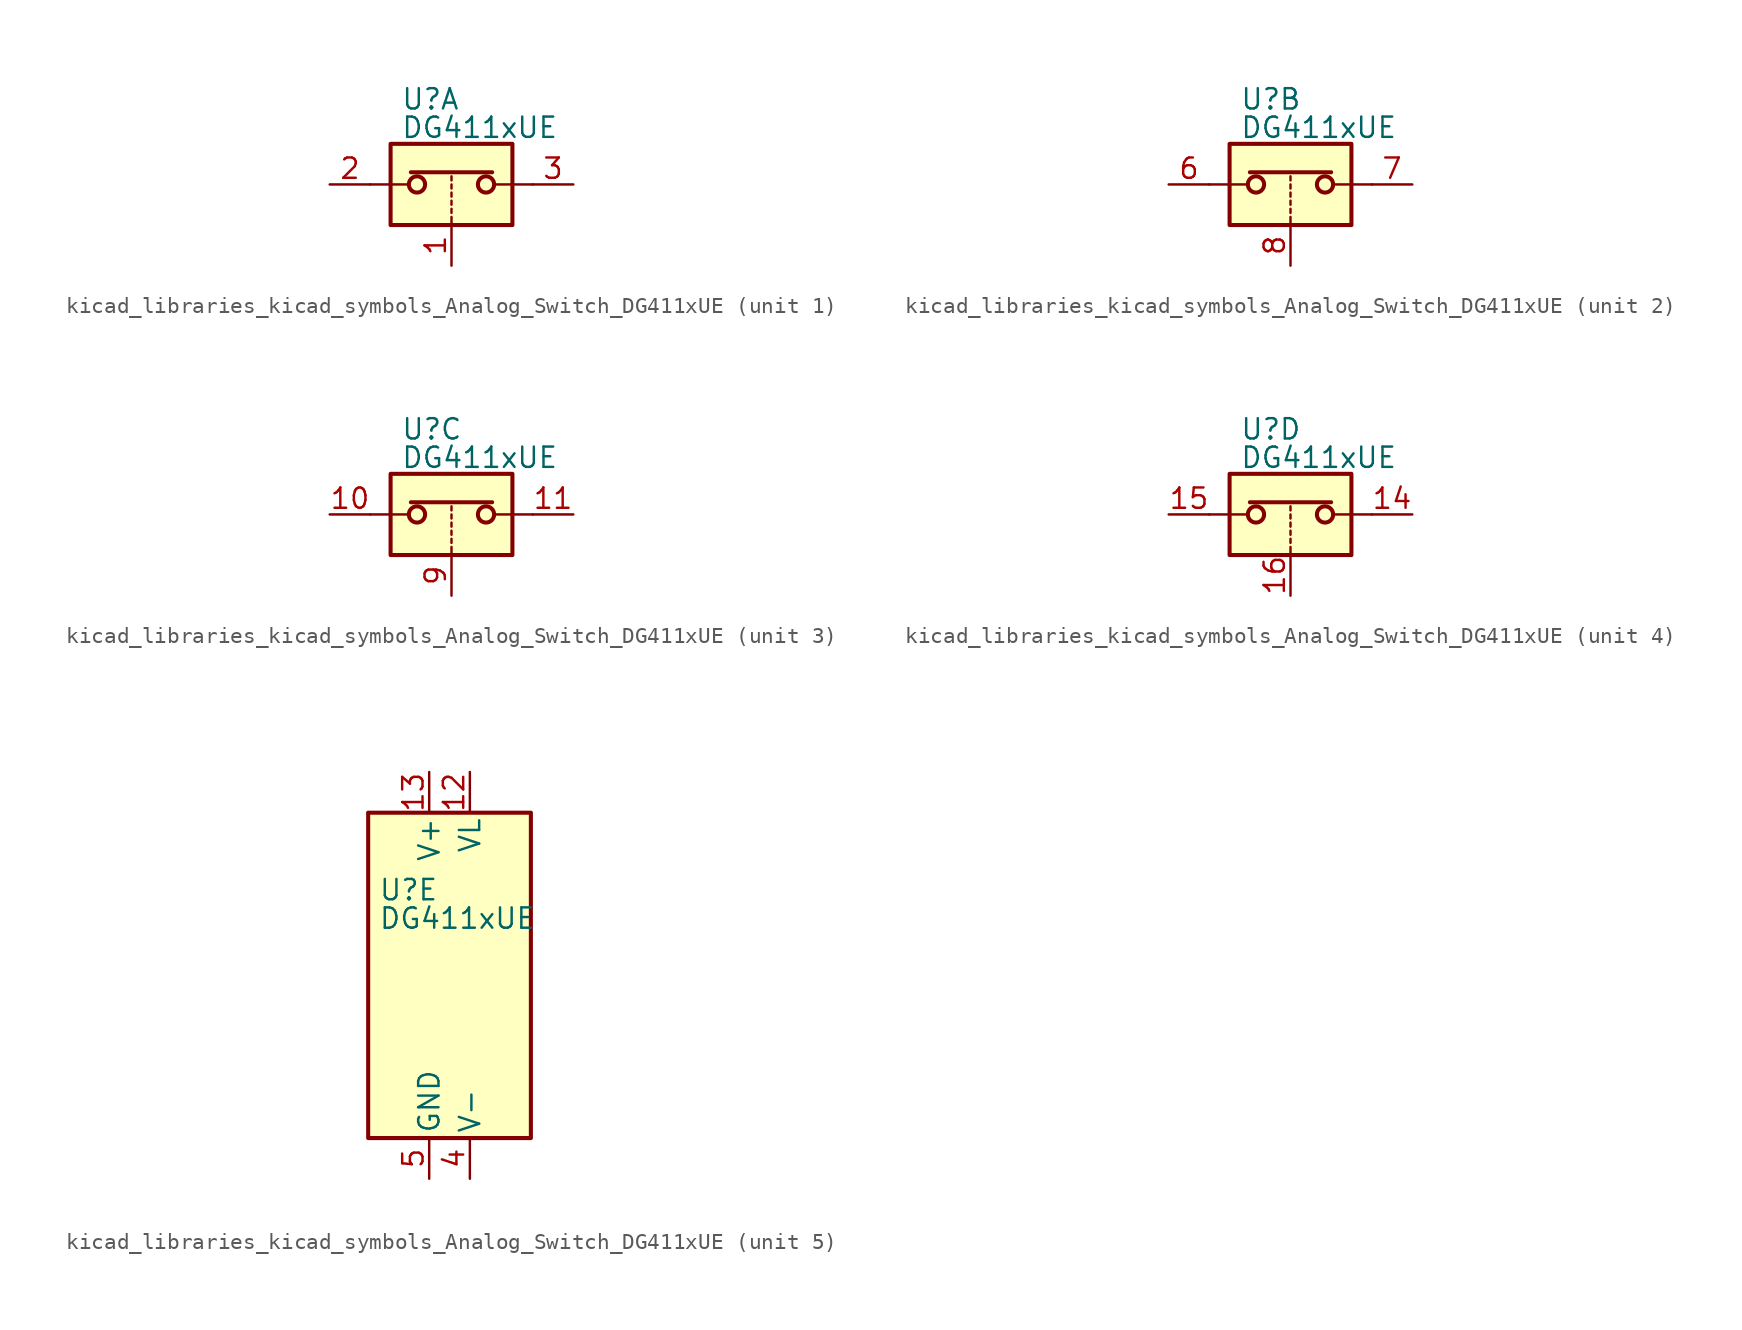
<source format=kicad_sym>
(kicad_symbol_lib
  (version 20220914)
  (generator kicad_symbol_editor)
  (symbol "kicad_libraries_kicad_symbols_Analog_Switch_DG411xUE"
    (pin_names
      (offset 0.254))
    (property "Reference" "U"
      (at -3.175 5.334 0)
      (effects (font (size 1.27 1.27)) (justify left)))
    (property "Value" "DG411xUE"
      (at -3.175 3.556 0)
      (effects (font (size 1.27 1.27)) (justify left)))
    (symbol "kicad_libraries_kicad_symbols_Analog_Switch_DG411xUE_1_1"
      (rectangle (start -3.81 2.54) (end 3.81 -2.54) (stroke (width 0.254) (type default)) (fill (type background)))
      (circle (center -2.159 0) (radius 0.508) (stroke (width 0.254) (type default)) (fill (type none)))
      (polyline (pts (xy -5.08 0) (xy -2.794 0)) (stroke (width 0) (type default)) (fill (type none)))
      (polyline (pts (xy -2.54 0.762) (xy 2.54 0.762)) (stroke (width 0.254) (type default)) (fill (type none)))
      (polyline (pts (xy 0 -2.54) (xy 0 -2.032)) (stroke (width 0) (type default)) (fill (type none)))
      (polyline (pts (xy 0 -1.778) (xy 0 -1.524)) (stroke (width 0) (type default)) (fill (type none)))
      (polyline (pts (xy 0 -1.27) (xy 0 -1.016)) (stroke (width 0) (type default)) (fill (type none)))
      (polyline (pts (xy 0 -0.762) (xy 0 -0.508)) (stroke (width 0) (type default)) (fill (type none)))
      (polyline (pts (xy 0 -0.254) (xy 0 0)) (stroke (width 0) (type default)) (fill (type none)))
      (polyline (pts (xy 0 0.254) (xy 0 0.508)) (stroke (width 0) (type default)) (fill (type none)))
      (polyline (pts (xy 5.08 0) (xy 2.794 0)) (stroke (width 0) (type default)) (fill (type none)))
      (circle (center 2.159 0) (radius 0.508) (stroke (width 0.254) (type default)) (fill (type none)))
      (pin input line (at 0 -5.08 90) (length 2.54) (name "~" (effects (font (size 1.27 1.27)))) (number "1" (effects (font (size 1.27 1.27)))))
      (pin passive line (at -7.62 0 0) (length 2.54) (name "~" (effects (font (size 1.27 1.27)))) (number "2" (effects (font (size 1.27 1.27)))))
      (pin passive line (at 7.62 0 180) (length 2.54) (name "~" (effects (font (size 1.27 1.27)))) (number "3" (effects (font (size 1.27 1.27))))))
    (symbol "kicad_libraries_kicad_symbols_Analog_Switch_DG411xUE_2_1"
      (rectangle (start -3.81 2.54) (end 3.81 -2.54) (stroke (width 0.254) (type default)) (fill (type background)))
      (circle (center -2.159 0) (radius 0.508) (stroke (width 0.254) (type default)) (fill (type none)))
      (polyline (pts (xy -5.08 0) (xy -2.794 0)) (stroke (width 0) (type default)) (fill (type none)))
      (polyline (pts (xy -2.54 0.762) (xy 2.54 0.762)) (stroke (width 0.254) (type default)) (fill (type none)))
      (polyline (pts (xy 0 -2.54) (xy 0 -2.032)) (stroke (width 0) (type default)) (fill (type none)))
      (polyline (pts (xy 0 -1.778) (xy 0 -1.524)) (stroke (width 0) (type default)) (fill (type none)))
      (polyline (pts (xy 0 -1.27) (xy 0 -1.016)) (stroke (width 0) (type default)) (fill (type none)))
      (polyline (pts (xy 0 -0.762) (xy 0 -0.508)) (stroke (width 0) (type default)) (fill (type none)))
      (polyline (pts (xy 0 -0.254) (xy 0 0)) (stroke (width 0) (type default)) (fill (type none)))
      (polyline (pts (xy 0 0.254) (xy 0 0.508)) (stroke (width 0) (type default)) (fill (type none)))
      (polyline (pts (xy 5.08 0) (xy 2.794 0)) (stroke (width 0) (type default)) (fill (type none)))
      (circle (center 2.159 0) (radius 0.508) (stroke (width 0.254) (type default)) (fill (type none)))
      (pin passive line (at -7.62 0 0) (length 2.54) (name "~" (effects (font (size 1.27 1.27)))) (number "6" (effects (font (size 1.27 1.27)))))
      (pin passive line (at 7.62 0 180) (length 2.54) (name "~" (effects (font (size 1.27 1.27)))) (number "7" (effects (font (size 1.27 1.27)))))
      (pin input line (at 0 -5.08 90) (length 2.54) (name "~" (effects (font (size 1.27 1.27)))) (number "8" (effects (font (size 1.27 1.27))))))
    (symbol "kicad_libraries_kicad_symbols_Analog_Switch_DG411xUE_3_1"
      (rectangle (start -3.81 2.54) (end 3.81 -2.54) (stroke (width 0.254) (type default)) (fill (type background)))
      (circle (center -2.159 0) (radius 0.508) (stroke (width 0.254) (type default)) (fill (type none)))
      (polyline (pts (xy -5.08 0) (xy -2.794 0)) (stroke (width 0) (type default)) (fill (type none)))
      (polyline (pts (xy -2.54 0.762) (xy 2.54 0.762)) (stroke (width 0.254) (type default)) (fill (type none)))
      (polyline (pts (xy 0 -2.54) (xy 0 -2.032)) (stroke (width 0) (type default)) (fill (type none)))
      (polyline (pts (xy 0 -1.778) (xy 0 -1.524)) (stroke (width 0) (type default)) (fill (type none)))
      (polyline (pts (xy 0 -1.27) (xy 0 -1.016)) (stroke (width 0) (type default)) (fill (type none)))
      (polyline (pts (xy 0 -0.762) (xy 0 -0.508)) (stroke (width 0) (type default)) (fill (type none)))
      (polyline (pts (xy 0 -0.254) (xy 0 0)) (stroke (width 0) (type default)) (fill (type none)))
      (polyline (pts (xy 0 0.254) (xy 0 0.508)) (stroke (width 0) (type default)) (fill (type none)))
      (polyline (pts (xy 5.08 0) (xy 2.794 0)) (stroke (width 0) (type default)) (fill (type none)))
      (circle (center 2.159 0) (radius 0.508) (stroke (width 0.254) (type default)) (fill (type none)))
      (pin passive line (at -7.62 0 0) (length 2.54) (name "~" (effects (font (size 1.27 1.27)))) (number "10" (effects (font (size 1.27 1.27)))))
      (pin passive line (at 7.62 0 180) (length 2.54) (name "~" (effects (font (size 1.27 1.27)))) (number "11" (effects (font (size 1.27 1.27)))))
      (pin input line (at 0 -5.08 90) (length 2.54) (name "~" (effects (font (size 1.27 1.27)))) (number "9" (effects (font (size 1.27 1.27))))))
    (symbol "kicad_libraries_kicad_symbols_Analog_Switch_DG411xUE_4_1"
      (rectangle (start -3.81 2.54) (end 3.81 -2.54) (stroke (width 0.254) (type default)) (fill (type background)))
      (circle (center -2.159 0) (radius 0.508) (stroke (width 0.254) (type default)) (fill (type none)))
      (polyline (pts (xy -5.08 0) (xy -2.794 0)) (stroke (width 0) (type default)) (fill (type none)))
      (polyline (pts (xy -2.54 0.762) (xy 2.54 0.762)) (stroke (width 0.254) (type default)) (fill (type none)))
      (polyline (pts (xy 0 -2.54) (xy 0 -2.032)) (stroke (width 0) (type default)) (fill (type none)))
      (polyline (pts (xy 0 -1.778) (xy 0 -1.524)) (stroke (width 0) (type default)) (fill (type none)))
      (polyline (pts (xy 0 -1.27) (xy 0 -1.016)) (stroke (width 0) (type default)) (fill (type none)))
      (polyline (pts (xy 0 -0.762) (xy 0 -0.508)) (stroke (width 0) (type default)) (fill (type none)))
      (polyline (pts (xy 0 -0.254) (xy 0 0)) (stroke (width 0) (type default)) (fill (type none)))
      (polyline (pts (xy 0 0.254) (xy 0 0.508)) (stroke (width 0) (type default)) (fill (type none)))
      (polyline (pts (xy 5.08 0) (xy 2.794 0)) (stroke (width 0) (type default)) (fill (type none)))
      (circle (center 2.159 0) (radius 0.508) (stroke (width 0.254) (type default)) (fill (type none)))
      (pin passive line (at 7.62 0 180) (length 2.54) (name "~" (effects (font (size 1.27 1.27)))) (number "14" (effects (font (size 1.27 1.27)))))
      (pin passive line (at -7.62 0 0) (length 2.54) (name "~" (effects (font (size 1.27 1.27)))) (number "15" (effects (font (size 1.27 1.27)))))
      (pin input line (at 0 -5.08 90) (length 2.54) (name "~" (effects (font (size 1.27 1.27)))) (number "16" (effects (font (size 1.27 1.27))))))
    (symbol "kicad_libraries_kicad_symbols_Analog_Switch_DG411xUE_5_0"
      (pin power_in line (at 2.54 12.7 270) (length 2.54) (name "VL" (effects (font (size 1.27 1.27)))) (number "12" (effects (font (size 1.27 1.27)))))
      (pin power_in line (at 0 12.7 270) (length 2.54) (name "V+" (effects (font (size 1.27 1.27)))) (number "13" (effects (font (size 1.27 1.27)))))
      (pin power_in line (at 2.54 -12.7 90) (length 2.54) (name "V-" (effects (font (size 1.27 1.27)))) (number "4" (effects (font (size 1.27 1.27)))))
      (pin power_in line (at 0 -12.7 90) (length 2.54) (name "GND" (effects (font (size 1.27 1.27)))) (number "5" (effects (font (size 1.27 1.27))))))
    (symbol "kicad_libraries_kicad_symbols_Analog_Switch_DG411xUE_5_1"
      (rectangle (start -3.81 10.16) (end 6.35 -10.16) (stroke (width 0.254) (type default)) (fill (type background))))))
</source>
